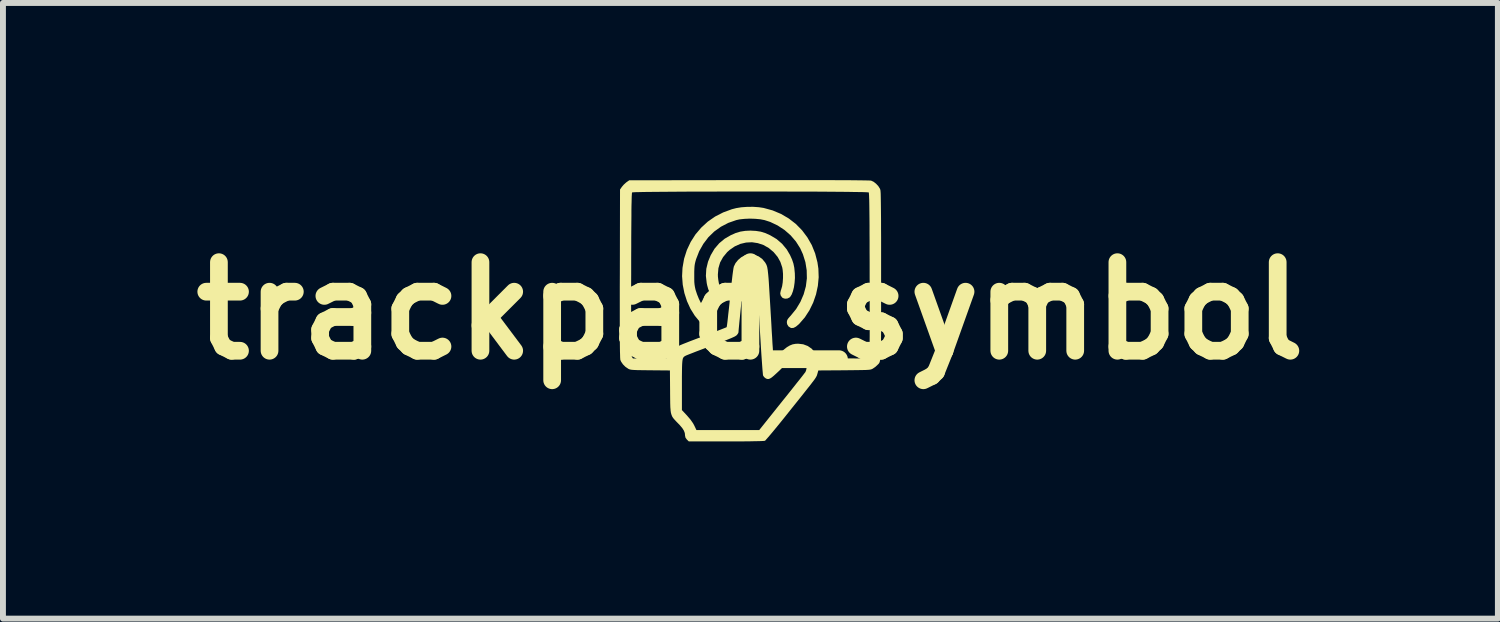
<source format=kicad_pcb>
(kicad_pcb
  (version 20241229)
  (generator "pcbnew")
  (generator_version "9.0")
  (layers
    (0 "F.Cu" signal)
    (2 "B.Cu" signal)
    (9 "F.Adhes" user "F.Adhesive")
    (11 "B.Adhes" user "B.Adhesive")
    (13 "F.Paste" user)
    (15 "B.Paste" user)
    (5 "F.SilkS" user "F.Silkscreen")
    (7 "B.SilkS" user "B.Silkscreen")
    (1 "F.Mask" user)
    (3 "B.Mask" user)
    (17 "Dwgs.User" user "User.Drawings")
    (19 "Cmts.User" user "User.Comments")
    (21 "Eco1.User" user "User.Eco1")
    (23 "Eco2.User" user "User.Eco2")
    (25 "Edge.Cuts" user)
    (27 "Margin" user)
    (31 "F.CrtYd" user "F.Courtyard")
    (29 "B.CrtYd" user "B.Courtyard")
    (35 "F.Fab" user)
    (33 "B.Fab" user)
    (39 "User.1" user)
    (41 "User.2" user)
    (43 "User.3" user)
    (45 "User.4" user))
  (footprint "trackpad_symbol"
    (layer "F.Cu")
    (at 9.657 2.211)
    (property "Reference" "trackpad_symbol" (at 0 0 0) (layer "F.SilkS") (effects (font (size 1.5 1.5) (thickness 0.3))))
    (attr board_only exclude_from_pos_files exclude_from_bom)
    (fp_poly (pts (xy 0.093 -1.351) (xy 0.176 -1.338) (xy 0.256 -1.313) (xy 0.335 -1.277) (xy 0.443 -1.213) (xy 0.536 -1.133) (xy 0.615 -1.038) (xy 0.671 -0.942) (xy 0.705 -0.867) (xy 0.728 -0.799) (xy 0.743 -0.727) (xy 0.751 -0.644) (xy 0.752 -0.638) (xy 0.754 -0.555) (xy 0.748 -0.474) (xy 0.737 -0.397) (xy 0.72 -0.33) (xy 0.699 -0.274) (xy 0.674 -0.235) (xy 0.663 -0.224) (xy 0.626 -0.206) (xy 0.586 -0.203) (xy 0.55 -0.214) (xy 0.535 -0.226) (xy 0.512 -0.259) (xy 0.505 -0.295) (xy 0.514 -0.339) (xy 0.522 -0.362) (xy 0.537 -0.414) (xy 0.547 -0.479) (xy 0.552 -0.552) (xy 0.552 -0.625) (xy 0.546 -0.692) (xy 0.539 -0.732) (xy 0.507 -0.827) (xy 0.461 -0.91) (xy 0.398 -0.986) (xy 0.394 -0.991) (xy 0.311 -1.061) (xy 0.221 -1.112) (xy 0.125 -1.144) (xy 0.026 -1.159) (xy -0.073 -1.154) (xy -0.171 -1.131) (xy -0.265 -1.089) (xy -0.352 -1.029) (xy -0.394 -0.991) (xy -0.463 -0.907) (xy -0.513 -0.817) (xy -0.542 -0.719) (xy -0.551 -0.614) (xy -0.55 -0.575) (xy -0.544 -0.522) (xy -0.535 -0.469) (xy -0.525 -0.425) (xy -0.523 -0.421) (xy -0.511 -0.364) (xy -0.515 -0.317) (xy -0.534 -0.282) (xy -0.566 -0.261) (xy -0.601 -0.255) (xy -0.637 -0.261) (xy -0.667 -0.28) (xy -0.692 -0.314) (xy -0.714 -0.364) (xy -0.733 -0.433) (xy -0.74 -0.469) (xy -0.754 -0.589) (xy -0.747 -0.709) (xy -0.718 -0.829) (xy -0.671 -0.942) (xy -0.607 -1.05) (xy -0.528 -1.142) (xy -0.435 -1.219) (xy -0.335 -1.277) (xy -0.25 -1.315) (xy -0.17 -1.339) (xy -0.087 -1.352) (xy 0 -1.356)) (stroke (width 0) (type solid)) (fill yes) (layer "F.SilkS"))
    (fp_poly (pts (xy 0.144 -1.752) (xy 0.223 -1.74) (xy 0.376 -1.698) (xy 0.519 -1.638) (xy 0.65 -1.561) (xy 0.769 -1.469) (xy 0.874 -1.362) (xy 0.964 -1.242) (xy 1.039 -1.111) (xy 1.096 -0.97) (xy 1.135 -0.819) (xy 1.151 -0.711) (xy 1.156 -0.566) (xy 1.142 -0.42) (xy 1.111 -0.276) (xy 1.063 -0.137) (xy 0.999 -0.006) (xy 0.921 0.114) (xy 0.829 0.22) (xy 0.818 0.231) (xy 0.771 0.27) (xy 0.731 0.291) (xy 0.695 0.294) (xy 0.681 0.29) (xy 0.644 0.266) (xy 0.622 0.229) (xy 0.617 0.198) (xy 0.619 0.175) (xy 0.626 0.154) (xy 0.641 0.131) (xy 0.667 0.101) (xy 0.682 0.085) (xy 0.774 -0.028) (xy 0.847 -0.15) (xy 0.902 -0.278) (xy 0.939 -0.412) (xy 0.956 -0.548) (xy 0.953 -0.685) (xy 0.931 -0.822) (xy 0.889 -0.956) (xy 0.844 -1.055) (xy 0.771 -1.171) (xy 0.681 -1.276) (xy 0.577 -1.367) (xy 0.461 -1.443) (xy 0.335 -1.503) (xy 0.239 -1.534) (xy 0.167 -1.548) (xy 0.081 -1.556) (xy -0.01 -1.559) (xy -0.102 -1.555) (xy -0.185 -1.546) (xy -0.239 -1.534) (xy -0.374 -1.487) (xy -0.499 -1.422) (xy -0.612 -1.341) (xy -0.712 -1.244) (xy -0.797 -1.132) (xy -0.867 -1.008) (xy -0.92 -0.872) (xy -0.922 -0.865) (xy -0.933 -0.826) (xy -0.941 -0.791) (xy -0.946 -0.756) (xy -0.949 -0.714) (xy -0.951 -0.661) (xy -0.951 -0.607) (xy -0.951 -0.538) (xy -0.95 -0.485) (xy -0.946 -0.442) (xy -0.94 -0.404) (xy -0.932 -0.366) (xy -0.928 -0.351) (xy -0.904 -0.278) (xy -0.873 -0.201) (xy -0.836 -0.126) (xy -0.798 -0.06) (xy -0.767 -0.016) (xy -0.726 0.035) (xy -0.698 0.072) (xy -0.678 0.099) (xy -0.667 0.12) (xy -0.661 0.136) (xy -0.66 0.152) (xy -0.66 0.156) (xy -0.669 0.197) (xy -0.695 0.227) (xy -0.734 0.243) (xy -0.757 0.245) (xy -0.782 0.243) (xy -0.803 0.236) (xy -0.825 0.22) (xy -0.854 0.192) (xy -0.857 0.188) (xy -0.942 0.085) (xy -1.015 -0.032) (xy -1.074 -0.161) (xy -1.118 -0.298) (xy -1.146 -0.44) (xy -1.157 -0.584) (xy -1.15 -0.725) (xy -1.123 -0.88) (xy -1.076 -1.027) (xy -1.011 -1.165) (xy -0.93 -1.292) (xy -0.833 -1.406) (xy -0.722 -1.508) (xy -0.598 -1.594) (xy -0.461 -1.664) (xy -0.314 -1.718) (xy -0.24 -1.737) (xy -0.154 -1.751) (xy -0.056 -1.758) (xy 0.046 -1.759)) (stroke (width 0) (type solid)) (fill yes) (layer "F.SilkS"))
    (fp_poly (pts (xy 0.94 -2.211) (xy 1.131 -2.211) (xy 1.302 -2.211) (xy 1.455 -2.21) (xy 1.589 -2.21) (xy 1.705 -2.209) (xy 1.804 -2.208) (xy 1.885 -2.207) (xy 1.949 -2.206) (xy 1.997 -2.205) (xy 2.028 -2.204) (xy 2.044 -2.202) (xy 2.045 -2.202) (xy 2.086 -2.183) (xy 2.128 -2.15) (xy 2.166 -2.109) (xy 2.193 -2.066) (xy 2.2 -2.047) (xy 2.202 -2.036) (xy 2.204 -2.014) (xy 2.206 -1.983) (xy 2.207 -1.939) (xy 2.208 -1.884) (xy 2.209 -1.815) (xy 2.21 -1.733) (xy 2.211 -1.635) (xy 2.212 -1.522) (xy 2.212 -1.392) (xy 2.213 -1.245) (xy 2.213 -1.079) (xy 2.213 -0.894) (xy 2.213 -0.689) (xy 2.213 -0.597) (xy 2.213 -0.392) (xy 2.213 -0.207) (xy 2.213 -0.042) (xy 2.213 0.106) (xy 2.213 0.237) (xy 2.213 0.351) (xy 2.212 0.452) (xy 2.211 0.538) (xy 2.21 0.612) (xy 2.208 0.675) (xy 2.206 0.727) (xy 2.204 0.77) (xy 2.201 0.804) (xy 2.197 0.832) (xy 2.193 0.853) (xy 2.188 0.87) (xy 2.183 0.883) (xy 2.176 0.893) (xy 2.169 0.902) (xy 2.161 0.909) (xy 2.152 0.918) (xy 2.146 0.924) (xy 2.114 0.953) (xy 2.077 0.978) (xy 2.07 0.983) (xy 2.059 0.988) (xy 2.047 0.993) (xy 2.032 0.997) (xy 2.013 1) (xy 1.986 1.002) (xy 1.95 1.004) (xy 1.904 1.005) (xy 1.844 1.006) (xy 1.768 1.007) (xy 1.675 1.008) (xy 1.589 1.009) (xy 1.15 1.012) (xy 1.134 1.069) (xy 1.13 1.082) (xy 1.127 1.093) (xy 1.122 1.105) (xy 1.115 1.118) (xy 1.106 1.134) (xy 1.093 1.154) (xy 1.075 1.179) (xy 1.051 1.21) (xy 1.021 1.25) (xy 0.983 1.298) (xy 0.936 1.357) (xy 0.88 1.428) (xy 0.814 1.511) (xy 0.736 1.608) (xy 0.649 1.717) (xy 0.579 1.805) (xy 0.512 1.888) (xy 0.45 1.964) (xy 0.394 2.032) (xy 0.345 2.091) (xy 0.304 2.139) (xy 0.273 2.174) (xy 0.254 2.196) (xy 0.247 2.202) (xy 0.232 2.205) (xy 0.199 2.207) (xy 0.147 2.209) (xy 0.076 2.21) (xy -0.014 2.212) (xy -0.124 2.213) (xy -0.255 2.213) (xy -0.406 2.213) (xy -0.411 2.213) (xy -1.044 2.213) (xy -1.076 2.182) (xy -1.099 2.151) (xy -1.107 2.116) (xy -1.107 2.113) (xy -1.111 2.072) (xy -1.126 2.032) (xy -1.153 1.989) (xy -1.195 1.939) (xy -1.223 1.91) (xy -1.257 1.875) (xy -1.284 1.846) (xy -1.307 1.819) (xy -1.324 1.793) (xy -1.336 1.764) (xy -1.346 1.73) (xy -1.352 1.688) (xy -1.352 1.683) (xy -1.16 1.683) (xy -1.074 1.775) (xy -1.015 1.844) (xy -0.971 1.907) (xy -0.951 1.944) (xy -0.914 2.022) (xy -0.382 2.022) (xy 0.149 2.022) (xy 0.53 1.545) (xy 0.601 1.457) (xy 0.668 1.373) (xy 0.73 1.295) (xy 0.786 1.224) (xy 0.835 1.163) (xy 0.875 1.112) (xy 0.905 1.073) (xy 0.924 1.048) (xy 0.931 1.04) (xy 0.944 1.007) (xy 0.953 0.959) (xy 0.954 0.939) (xy 0.956 0.896) (xy 0.952 0.866) (xy 0.943 0.842) (xy 0.937 0.833) (xy 0.898 0.789) (xy 0.848 0.763) (xy 0.799 0.756) (xy 0.785 0.756) (xy 0.772 0.758) (xy 0.758 0.764) (xy 0.741 0.775) (xy 0.719 0.792) (xy 0.69 0.819) (xy 0.652 0.855) (xy 0.602 0.904) (xy 0.554 0.951) (xy 0.489 1.016) (xy 0.435 1.066) (xy 0.393 1.104) (xy 0.36 1.131) (xy 0.333 1.148) (xy 0.311 1.156) (xy 0.291 1.157) (xy 0.272 1.152) (xy 0.258 1.145) (xy 0.232 1.124) (xy 0.215 1.099) (xy 0.212 1.084) (xy 0.209 1.049) (xy 0.204 0.996) (xy 0.199 0.927) (xy 0.193 0.843) (xy 0.186 0.745) (xy 0.179 0.636) (xy 0.172 0.517) (xy 0.164 0.39) (xy 0.156 0.256) (xy 0.154 0.229) (xy 0.147 0.096) (xy 0.139 -0.032) (xy 0.132 -0.152) (xy 0.126 -0.264) (xy 0.119 -0.365) (xy 0.114 -0.454) (xy 0.109 -0.529) (xy 0.105 -0.588) (xy 0.103 -0.63) (xy 0.101 -0.653) (xy 0.1 -0.656) (xy 0.086 -0.702) (xy 0.061 -0.734) (xy 0.028 -0.751) (xy -0.008 -0.754) (xy -0.043 -0.742) (xy -0.073 -0.717) (xy -0.094 -0.677) (xy -0.1 -0.654) (xy -0.102 -0.635) (xy -0.106 -0.599) (xy -0.112 -0.546) (xy -0.119 -0.481) (xy -0.127 -0.406) (xy -0.135 -0.322) (xy -0.144 -0.234) (xy -0.153 -0.143) (xy -0.162 -0.052) (xy -0.171 0.036) (xy -0.179 0.119) (xy -0.187 0.194) (xy -0.193 0.259) (xy -0.198 0.311) (xy -0.201 0.347) (xy -0.202 0.365) (xy -0.202 0.366) (xy -0.209 0.384) (xy -0.226 0.408) (xy -0.231 0.414) (xy -0.243 0.423) (xy -0.261 0.435) (xy -0.288 0.448) (xy -0.326 0.465) (xy -0.376 0.485) (xy -0.44 0.511) (xy -0.519 0.541) (xy -0.617 0.578) (xy -0.665 0.596) (xy -0.754 0.629) (xy -0.838 0.661) (xy -0.915 0.69) (xy -0.981 0.716) (xy -1.035 0.737) (xy -1.075 0.753) (xy -1.098 0.763) (xy -1.101 0.765) (xy -1.115 0.773) (xy -1.127 0.782) (xy -1.136 0.794) (xy -1.144 0.81) (xy -1.149 0.833) (xy -1.153 0.864) (xy -1.156 0.905) (xy -1.158 0.96) (xy -1.159 1.029) (xy -1.16 1.114) (xy -1.16 1.218) (xy -1.16 1.259) (xy -1.16 1.683) (xy -1.352 1.683) (xy -1.356 1.636) (xy -1.358 1.571) (xy -1.359 1.491) (xy -1.36 1.392) (xy -1.36 1.371) (xy -1.363 1.012) (xy -1.695 1.009) (xy -1.788 1.008) (xy -1.863 1.007) (xy -1.921 1.006) (xy -1.965 1.004) (xy -1.998 1.002) (xy -2.022 0.999) (xy -2.04 0.995) (xy -2.055 0.99) (xy -2.068 0.984) (xy -2.07 0.982) (xy -2.116 0.951) (xy -2.158 0.909) (xy -2.189 0.864) (xy -2.203 0.833) (xy -2.204 0.82) (xy -2.206 0.792) (xy -2.207 0.749) (xy -2.209 0.69) (xy -2.21 0.615) (xy -2.211 0.524) (xy -2.211 0.415) (xy -2.212 0.289) (xy -2.212 0.144) (xy -2.212 0.072) (xy -2.02 0.072) (xy -2.02 0.198) (xy -2.02 0.309) (xy -2.02 0.405) (xy -2.019 0.487) (xy -2.019 0.556) (xy -2.018 0.614) (xy -2.017 0.661) (xy -2.016 0.699) (xy -2.014 0.728) (xy -2.013 0.75) (xy -2.011 0.765) (xy -2.009 0.776) (xy -2.006 0.782) (xy -2.006 0.784) (xy -1.989 0.809) (xy -1.673 0.809) (xy -1.356 0.809) (xy -1.337 0.754) (xy -1.311 0.702) (xy -1.272 0.651) (xy -1.227 0.608) (xy -1.191 0.585) (xy -1.172 0.577) (xy -1.136 0.562) (xy -1.085 0.542) (xy -1.022 0.517) (xy -0.948 0.489) (xy -0.867 0.458) (xy -0.781 0.426) (xy -0.781 0.426) (xy -0.697 0.394) (xy -0.619 0.365) (xy -0.55 0.338) (xy -0.491 0.315) (xy -0.446 0.297) (xy -0.415 0.285) (xy -0.403 0.279) (xy -0.402 0.279) (xy -0.4 0.267) (xy -0.395 0.236) (xy -0.389 0.188) (xy -0.382 0.126) (xy -0.374 0.05) (xy -0.364 -0.035) (xy -0.354 -0.129) (xy -0.346 -0.213) (xy -0.334 -0.328) (xy -0.323 -0.433) (xy -0.312 -0.527) (xy -0.303 -0.606) (xy -0.294 -0.671) (xy -0.287 -0.718) (xy -0.281 -0.746) (xy -0.28 -0.749) (xy -0.252 -0.806) (xy -0.209 -0.859) (xy -0.156 -0.904) (xy -0.099 -0.936) (xy -0.081 -0.942) (xy -0.004 -0.954) (xy 0.071 -0.946) (xy 0.14 -0.919) (xy 0.201 -0.875) (xy 0.251 -0.814) (xy 0.267 -0.786) (xy 0.273 -0.773) (xy 0.278 -0.758) (xy 0.284 -0.74) (xy 0.288 -0.717) (xy 0.293 -0.688) (xy 0.297 -0.651) (xy 0.302 -0.605) (xy 0.307 -0.548) (xy 0.312 -0.48) (xy 0.317 -0.397) (xy 0.323 -0.299) (xy 0.33 -0.185) (xy 0.338 -0.053) (xy 0.347 0.1) (xy 0.348 0.114) (xy 0.355 0.235) (xy 0.361 0.348) (xy 0.368 0.454) (xy 0.373 0.55) (xy 0.379 0.633) (xy 0.383 0.704) (xy 0.387 0.759) (xy 0.39 0.797) (xy 0.392 0.817) (xy 0.392 0.819) (xy 0.401 0.812) (xy 0.422 0.793) (xy 0.453 0.765) (xy 0.49 0.73) (xy 0.5 0.72) (xy 0.564 0.661) (xy 0.618 0.618) (xy 0.667 0.589) (xy 0.715 0.57) (xy 0.765 0.561) (xy 0.809 0.559) (xy 0.894 0.569) (xy 0.971 0.598) (xy 1.038 0.644) (xy 1.092 0.706) (xy 1.118 0.753) (xy 1.144 0.808) (xy 1.567 0.808) (xy 1.989 0.809) (xy 2.006 0.784) (xy 2.008 0.778) (xy 2.01 0.769) (xy 2.012 0.755) (xy 2.014 0.735) (xy 2.015 0.709) (xy 2.016 0.674) (xy 2.018 0.63) (xy 2.018 0.575) (xy 2.019 0.51) (xy 2.02 0.432) (xy 2.02 0.341) (xy 2.02 0.235) (xy 2.02 0.113) (xy 2.02 -0.025) (xy 2.02 -0.18) (xy 2.02 -0.355) (xy 2.019 -0.55) (xy 2.019 -0.615) (xy 2.019 -0.82) (xy 2.018 -1.006) (xy 2.018 -1.171) (xy 2.017 -1.319) (xy 2.017 -1.449) (xy 2.016 -1.562) (xy 2.015 -1.66) (xy 2.014 -1.744) (xy 2.013 -1.813) (xy 2.012 -1.871) (xy 2.01 -1.916) (xy 2.009 -1.951) (xy 2.007 -1.976) (xy 2.006 -1.993) (xy 2.004 -2.001) (xy 2.003 -2.003) (xy 1.99 -2.004) (xy 1.958 -2.006) (xy 1.907 -2.008) (xy 1.839 -2.009) (xy 1.754 -2.01) (xy 1.654 -2.012) (xy 1.541 -2.013) (xy 1.416 -2.014) (xy 1.279 -2.015) (xy 1.133 -2.016) (xy 0.978 -2.016) (xy 0.816 -2.017) (xy 0.648 -2.017) (xy 0.475 -2.018) (xy 0.299 -2.018) (xy 0.12 -2.018) (xy -0.059 -2.018) (xy -0.237 -2.018) (xy -0.415 -2.018) (xy -0.589 -2.017) (xy -0.758 -2.017) (xy -0.923 -2.016) (xy -1.08 -2.016) (xy -1.23 -2.015) (xy -1.37 -2.014) (xy -1.499 -2.013) (xy -1.617 -2.012) (xy -1.721 -2.011) (xy -1.811 -2.01) (xy -1.885 -2.008) (xy -1.943 -2.007) (xy -1.981 -2.005) (xy -2.001 -2.003) (xy -2.003 -2.003) (xy -2.005 -1.997) (xy -2.007 -1.984) (xy -2.008 -1.963) (xy -2.01 -1.932) (xy -2.011 -1.891) (xy -2.012 -1.839) (xy -2.014 -1.775) (xy -2.015 -1.697) (xy -2.015 -1.606) (xy -2.016 -1.499) (xy -2.017 -1.376) (xy -2.018 -1.236) (xy -2.018 -1.078) (xy -2.019 -0.901) (xy -2.019 -0.705) (xy -2.019 -0.615) (xy -2.02 -0.414) (xy -2.02 -0.233) (xy -2.02 -0.072) (xy -2.02 0.072) (xy -2.212 0.072) (xy -2.212 -0.02) (xy -2.212 -0.203) (xy -2.212 -0.407) (xy -2.211 -0.63) (xy -2.208 -2.052) (xy -2.176 -2.098) (xy -2.146 -2.133) (xy -2.11 -2.166) (xy -2.098 -2.176) (xy -2.052 -2.208) (xy -0.025 -2.211) (xy 0.247 -2.211) (xy 0.499 -2.211) (xy 0.729 -2.211)) (stroke (width 0) (type solid)) (fill yes) (layer "F.SilkS")))
  (gr_rect
    (start -3 -3)
    (end 22.314 7.425)
    (stroke (width 0.1) (type default))
    (fill no)
    (layer "Edge.Cuts")))
</source>
